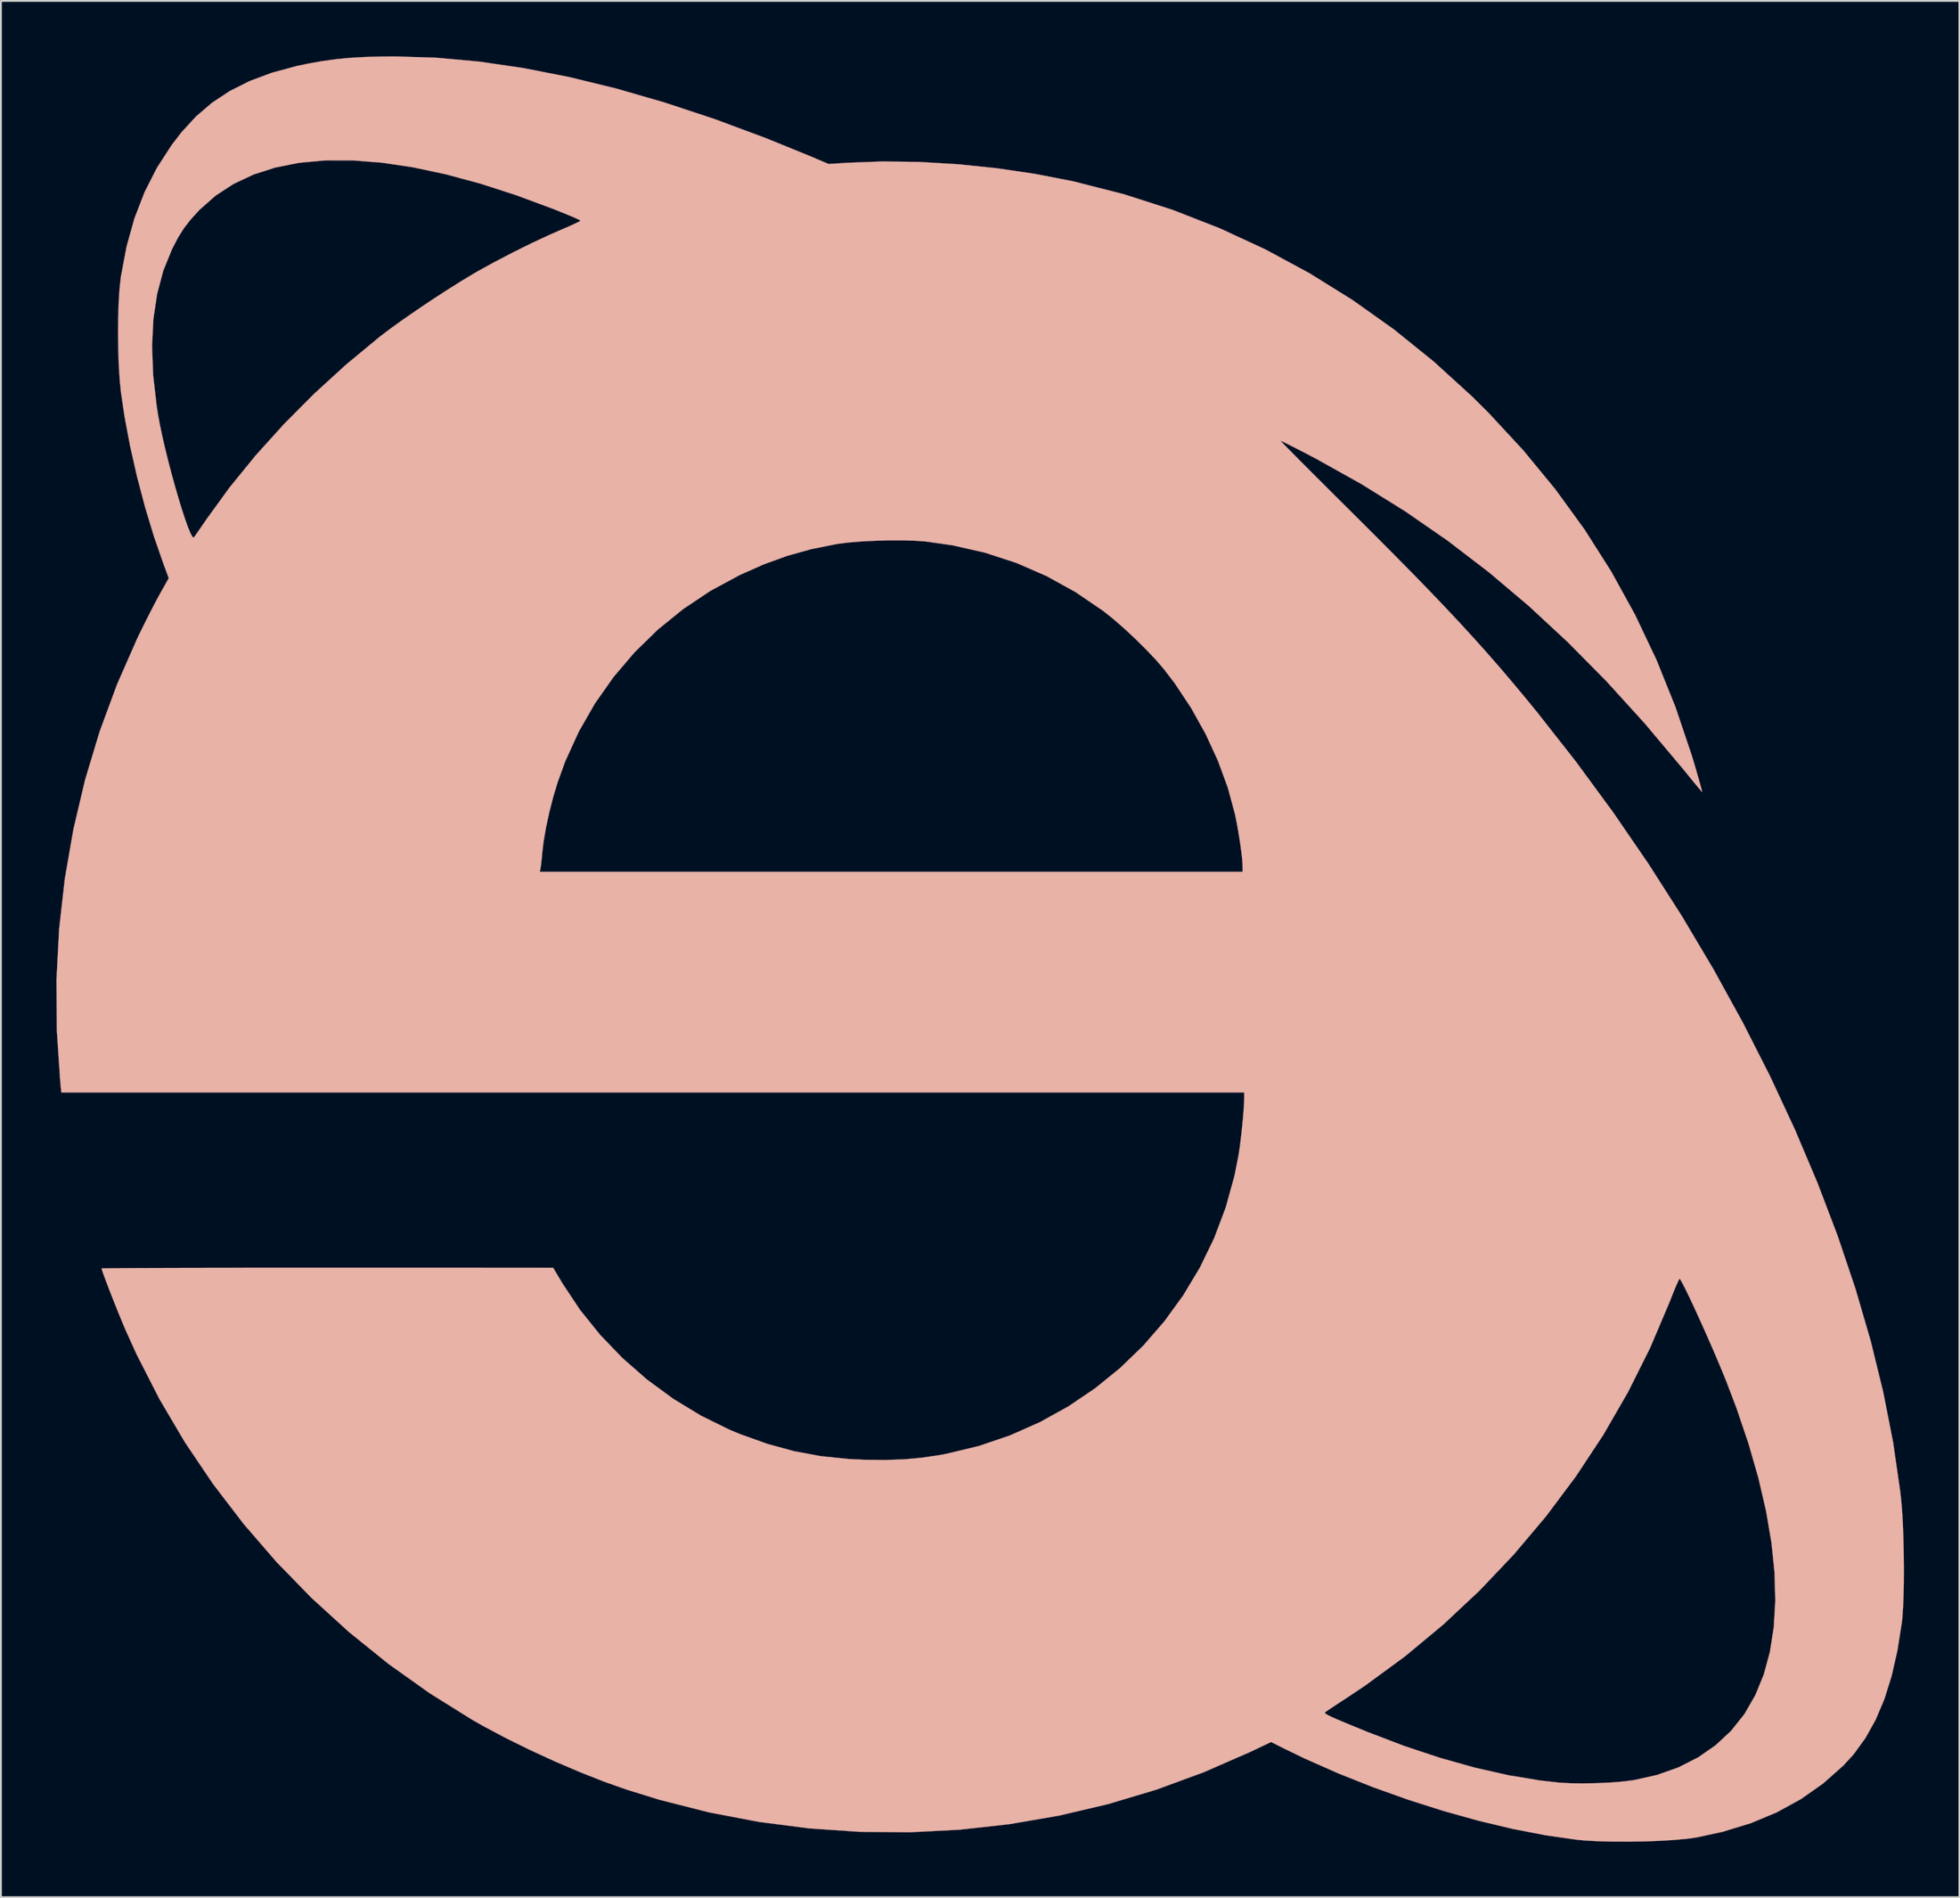
<source format=kicad_pcb>
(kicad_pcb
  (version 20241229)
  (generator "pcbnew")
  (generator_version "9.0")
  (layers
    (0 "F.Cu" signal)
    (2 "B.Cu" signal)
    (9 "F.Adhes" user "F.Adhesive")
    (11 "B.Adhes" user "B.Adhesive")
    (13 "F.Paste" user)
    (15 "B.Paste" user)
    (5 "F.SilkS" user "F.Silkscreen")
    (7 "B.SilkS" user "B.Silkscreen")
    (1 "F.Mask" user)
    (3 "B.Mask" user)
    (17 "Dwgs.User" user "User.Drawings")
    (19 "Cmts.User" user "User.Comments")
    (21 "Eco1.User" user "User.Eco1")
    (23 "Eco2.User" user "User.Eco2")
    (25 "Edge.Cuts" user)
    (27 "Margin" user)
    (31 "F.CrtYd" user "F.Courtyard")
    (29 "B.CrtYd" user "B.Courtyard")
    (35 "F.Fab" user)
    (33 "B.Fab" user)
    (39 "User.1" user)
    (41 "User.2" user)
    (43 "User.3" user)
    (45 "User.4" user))
  (footprint "ie_10x10_B"
    (layer "F.Cu")
    (at 49.944 48.265)
    (property "Reference" "ie_10x10_B" (at 0 0 0) (layer "B.SilkS") (effects (font (size 1.524 1.524) (thickness 0.3))))
    (attr through_hole)
    (fp_poly (pts (xy -29.367 -48.19) (xy -27.064 -47.98) (xy -24.675 -47.631) (xy -22.202 -47.145) (xy -19.651 -46.522) (xy -17.025 -45.762) (xy -14.327 -44.868) (xy -11.562 -43.84) (xy -9.271 -42.907) (xy -8.17 -42.442) (xy -7.154 -42.508) (xy -5.242 -42.579) (xy -3.232 -42.551) (xy -1.166 -42.428) (xy 0.918 -42.213) (xy 2.981 -41.909) (xy 4.984 -41.52) (xy 5.125 -41.489) (xy 7.81 -40.803) (xy 10.427 -39.963) (xy 12.975 -38.968) (xy 15.45 -37.823) (xy 17.848 -36.527) (xy 20.167 -35.083) (xy 22.403 -33.494) (xy 24.553 -31.759) (xy 26.614 -29.882) (xy 27.525 -28.978) (xy 29.405 -26.948) (xy 31.135 -24.845) (xy 32.718 -22.665) (xy 34.156 -20.401) (xy 35.453 -18.049) (xy 36.612 -15.604) (xy 37.636 -13.059) (xy 38.527 -10.411) (xy 38.722 -9.758) (xy 38.848 -9.321) (xy 38.954 -8.947) (xy 39.031 -8.663) (xy 39.072 -8.498) (xy 39.076 -8.467) (xy 39.019 -8.529) (xy 38.872 -8.704) (xy 38.651 -8.97) (xy 38.373 -9.308) (xy 38.055 -9.699) (xy 38.007 -9.758) (xy 35.968 -12.183) (xy 33.911 -14.447) (xy 31.826 -16.559) (xy 29.705 -18.527) (xy 27.536 -20.36) (xy 25.31 -22.065) (xy 23.017 -23.651) (xy 20.647 -25.126) (xy 18.189 -26.5) (xy 17.898 -26.652) (xy 17.425 -26.898) (xy 17.005 -27.114) (xy 16.66 -27.288) (xy 16.412 -27.409) (xy 16.285 -27.466) (xy 16.272 -27.469) (xy 16.326 -27.408) (xy 16.49 -27.237) (xy 16.755 -26.968) (xy 17.11 -26.609) (xy 17.545 -26.171) (xy 18.051 -25.664) (xy 18.618 -25.098) (xy 19.235 -24.482) (xy 19.893 -23.828) (xy 20.113 -23.61) (xy 21.329 -22.397) (xy 22.435 -21.286) (xy 23.443 -20.263) (xy 24.365 -19.313) (xy 25.214 -18.424) (xy 26.005 -17.58) (xy 26.748 -16.768) (xy 27.457 -15.975) (xy 28.146 -15.186) (xy 28.826 -14.387) (xy 29.511 -13.565) (xy 30.15 -12.785) (xy 32.258 -10.099) (xy 34.271 -7.357) (xy 36.182 -4.568) (xy 37.99 -1.739) (xy 39.688 1.119) (xy 41.274 3.999) (xy 42.743 6.89) (xy 44.091 9.785) (xy 45.314 12.674) (xy 46.408 15.549) (xy 47.368 18.4) (xy 48.191 21.219) (xy 48.872 23.996) (xy 49.408 26.724) (xy 49.794 29.392) (xy 49.84 29.803) (xy 49.891 30.384) (xy 49.932 31.075) (xy 49.961 31.844) (xy 49.98 32.657) (xy 49.988 33.482) (xy 49.985 34.285) (xy 49.97 35.035) (xy 49.943 35.697) (xy 49.905 36.239) (xy 49.882 36.449) (xy 49.641 37.978) (xy 49.327 39.361) (xy 48.936 40.607) (xy 48.465 41.722) (xy 47.911 42.716) (xy 47.271 43.598) (xy 46.713 44.207) (xy 45.617 45.178) (xy 44.419 46.02) (xy 43.116 46.735) (xy 41.704 47.325) (xy 40.179 47.79) (xy 38.775 48.093) (xy 38.235 48.169) (xy 37.562 48.23) (xy 36.792 48.277) (xy 35.963 48.308) (xy 35.11 48.322) (xy 34.269 48.32) (xy 33.476 48.3) (xy 32.769 48.262) (xy 32.3 48.219) (xy 30.616 47.978) (xy 28.833 47.632) (xy 26.979 47.19) (xy 25.082 46.66) (xy 23.169 46.052) (xy 21.268 45.373) (xy 19.405 44.632) (xy 17.61 43.838) (xy 16.436 43.27) (xy 15.762 42.931) (xy 14.633 43.467) (xy 12.116 44.568) (xy 9.548 45.51) (xy 6.936 46.292) (xy 4.289 46.914) (xy 1.612 47.375) (xy -1.085 47.675) (xy -3.796 47.813) (xy -6.513 47.789) (xy -9.229 47.603) (xy -11.936 47.254) (xy -14.627 46.741) (xy -17.294 46.064) (xy -19.098 45.507) (xy -20.314 45.076) (xy -21.62 44.562) (xy -22.969 43.985) (xy -24.316 43.366) (xy -25.618 42.725) (xy -26.827 42.083) (xy -27.432 41.74) (xy -28.049 41.355) (xy 18.671 41.355) (xy 18.714 41.402) (xy 18.826 41.471) (xy 19.02 41.567) (xy 19.312 41.697) (xy 19.717 41.869) (xy 20.247 42.088) (xy 20.92 42.363) (xy 20.99 42.392) (xy 22.964 43.146) (xy 24.9 43.789) (xy 26.783 44.318) (xy 28.596 44.728) (xy 30.326 45.015) (xy 31.327 45.128) (xy 31.933 45.163) (xy 32.642 45.172) (xy 33.398 45.158) (xy 34.147 45.122) (xy 34.835 45.065) (xy 35.391 44.993) (xy 36.645 44.712) (xy 37.804 44.3) (xy 38.861 43.763) (xy 39.809 43.105) (xy 40.641 42.329) (xy 41.351 41.439) (xy 41.376 41.402) (xy 41.958 40.392) (xy 42.414 39.273) (xy 42.746 38.046) (xy 42.953 36.717) (xy 43.035 35.289) (xy 42.994 33.765) (xy 42.828 32.149) (xy 42.538 30.445) (xy 42.124 28.657) (xy 41.587 26.788) (xy 40.927 24.841) (xy 40.394 23.441) (xy 40.178 22.909) (xy 39.934 22.325) (xy 39.67 21.708) (xy 39.395 21.079) (xy 39.118 20.455) (xy 38.847 19.856) (xy 38.592 19.301) (xy 38.36 18.811) (xy 38.161 18.403) (xy 38.004 18.097) (xy 37.898 17.913) (xy 37.855 17.866) (xy 37.809 17.941) (xy 37.714 18.148) (xy 37.581 18.461) (xy 37.423 18.854) (xy 37.304 19.157) (xy 36.263 21.608) (xy 35.069 23.998) (xy 33.728 26.32) (xy 32.247 28.563) (xy 30.634 30.719) (xy 28.896 32.78) (xy 27.039 34.736) (xy 25.072 36.579) (xy 23.002 38.299) (xy 20.834 39.888) (xy 19.897 40.514) (xy 19.505 40.77) (xy 19.161 40.996) (xy 18.893 41.175) (xy 18.724 41.29) (xy 18.681 41.321) (xy 18.671 41.355) (xy -28.049 41.355) (xy -29.759 40.287) (xy -31.989 38.699) (xy -34.115 36.983) (xy -36.132 35.146) (xy -38.033 33.195) (xy -39.814 31.135) (xy -41.468 28.974) (xy -42.989 26.718) (xy -44.372 24.373) (xy -45.61 21.947) (xy -46.212 20.616) (xy -46.375 20.231) (xy -46.558 19.787) (xy -46.75 19.309) (xy -46.941 18.827) (xy -47.119 18.368) (xy -47.275 17.959) (xy -47.397 17.627) (xy -47.475 17.401) (xy -47.498 17.31) (xy -47.415 17.306) (xy -47.172 17.302) (xy -46.778 17.298) (xy -46.244 17.294) (xy -45.578 17.29) (xy -44.79 17.287) (xy -43.889 17.284) (xy -42.885 17.281) (xy -41.787 17.279) (xy -40.604 17.277) (xy -39.347 17.276) (xy -38.024 17.275) (xy -36.645 17.275) (xy -35.285 17.275) (xy -23.072 17.277) (xy -22.568 18.123) (xy -21.62 19.552) (xy -20.531 20.904) (xy -19.317 22.166) (xy -17.993 23.324) (xy -16.575 24.365) (xy -15.079 25.275) (xy -13.521 26.042) (xy -12.954 26.277) (xy -11.477 26.805) (xy -10.039 27.198) (xy -8.59 27.467) (xy -7.079 27.623) (xy -6.214 27.663) (xy -5.101 27.674) (xy -4.097 27.639) (xy -3.144 27.552) (xy -2.187 27.411) (xy -1.804 27.34) (xy -0.051 26.918) (xy 1.637 26.345) (xy 3.254 25.628) (xy 4.791 24.776) (xy 6.241 23.796) (xy 7.596 22.697) (xy 8.849 21.485) (xy 9.991 20.169) (xy 11.015 18.757) (xy 11.914 17.257) (xy 12.68 15.676) (xy 13.304 14.022) (xy 13.78 12.304) (xy 14.003 11.176) (xy 14.07 10.728) (xy 14.136 10.196) (xy 14.198 9.63) (xy 14.25 9.076) (xy 14.288 8.581) (xy 14.307 8.192) (xy 14.308 8.107) (xy 14.309 7.789) (xy -49.677 7.789) (xy -49.733 7.218) (xy -49.919 4.456) (xy -49.939 1.699) (xy -49.795 -1.045) (xy -49.488 -3.769) (xy -49.422 -4.149) (xy -23.795 -4.149) (xy 14.224 -4.149) (xy 14.222 -4.466) (xy 14.205 -4.769) (xy 14.158 -5.194) (xy 14.088 -5.7) (xy 14.002 -6.245) (xy 13.906 -6.785) (xy 13.81 -7.26) (xy 13.423 -8.695) (xy 12.889 -10.151) (xy 12.225 -11.595) (xy 11.444 -12.998) (xy 10.563 -14.329) (xy 9.965 -15.113) (xy 9.535 -15.612) (xy 9.005 -16.172) (xy 8.416 -16.755) (xy 7.805 -17.323) (xy 7.213 -17.839) (xy 6.688 -18.257) (xy 5.189 -19.279) (xy 3.621 -20.146) (xy 1.985 -20.859) (xy 0.283 -21.415) (xy -1.483 -21.815) (xy -2.921 -22.02) (xy -3.485 -22.061) (xy -4.166 -22.08) (xy -4.917 -22.079) (xy -5.69 -22.058) (xy -6.439 -22.019) (xy -7.117 -21.963) (xy -7.675 -21.893) (xy -7.705 -21.888) (xy -9.089 -21.611) (xy -10.392 -21.249) (xy -11.674 -20.785) (xy -12.991 -20.2) (xy -12.996 -20.197) (xy -14.566 -19.349) (xy -16.038 -18.366) (xy -17.407 -17.257) (xy -18.663 -16.031) (xy -19.8 -14.697) (xy -20.81 -13.262) (xy -21.685 -11.736) (xy -22.418 -10.128) (xy -22.823 -9.015) (xy -23.065 -8.215) (xy -23.282 -7.371) (xy -23.462 -6.535) (xy -23.595 -5.757) (xy -23.664 -5.165) (xy -23.695 -4.827) (xy -23.727 -4.535) (xy -23.754 -4.348) (xy -23.755 -4.339) (xy -23.795 -4.149) (xy -49.422 -4.149) (xy -49.02 -6.463) (xy -48.392 -9.12) (xy -47.606 -11.732) (xy -46.662 -14.29) (xy -45.564 -16.787) (xy -45.513 -16.893) (xy -45.253 -17.424) (xy -44.978 -17.974) (xy -44.711 -18.496) (xy -44.475 -18.943) (xy -44.342 -19.186) (xy -43.864 -20.037) (xy -44.161 -20.835) (xy -44.671 -22.307) (xy -45.147 -23.882) (xy -45.577 -25.511) (xy -45.948 -27.144) (xy -46.249 -28.731) (xy -46.452 -30.099) (xy -46.519 -30.774) (xy -46.568 -31.554) (xy -46.597 -32.402) (xy -46.599 -32.59) (xy -44.77 -32.59) (xy -44.711 -31.02) (xy -44.52 -29.348) (xy -44.44 -28.846) (xy -44.338 -28.294) (xy -44.208 -27.682) (xy -44.057 -27.028) (xy -43.889 -26.35) (xy -43.71 -25.667) (xy -43.525 -24.998) (xy -43.34 -24.359) (xy -43.16 -23.771) (xy -42.99 -23.252) (xy -42.836 -22.819) (xy -42.703 -22.492) (xy -42.597 -22.288) (xy -42.522 -22.227) (xy -42.51 -22.235) (xy -42.439 -22.33) (xy -42.295 -22.536) (xy -42.096 -22.824) (xy -41.863 -23.164) (xy -41.84 -23.199) (xy -40.581 -24.935) (xy -39.174 -26.664) (xy -37.639 -28.364) (xy -35.998 -30.014) (xy -34.27 -31.593) (xy -32.476 -33.078) (xy -32.355 -33.172) (xy -31.81 -33.583) (xy -31.154 -34.053) (xy -30.422 -34.559) (xy -29.651 -35.077) (xy -28.876 -35.582) (xy -28.135 -36.05) (xy -27.462 -36.458) (xy -27.178 -36.624) (xy -26.248 -37.137) (xy -25.247 -37.659) (xy -24.231 -38.162) (xy -23.256 -38.616) (xy -22.586 -38.909) (xy -22.212 -39.07) (xy -21.902 -39.211) (xy -21.686 -39.317) (xy -21.593 -39.374) (xy -21.591 -39.378) (xy -21.666 -39.423) (xy -21.874 -39.519) (xy -22.19 -39.655) (xy -22.591 -39.82) (xy -23.05 -40.004) (xy -25.083 -40.758) (xy -27.031 -41.387) (xy -28.891 -41.889) (xy -30.662 -42.265) (xy -32.341 -42.515) (xy -33.927 -42.639) (xy -35.415 -42.637) (xy -36.805 -42.508) (xy -38.094 -42.254) (xy -39.279 -41.873) (xy -40.358 -41.366) (xy -41.33 -40.733) (xy -42.19 -39.974) (xy -42.254 -39.909) (xy -42.694 -39.422) (xy -43.047 -38.966) (xy -43.355 -38.477) (xy -43.661 -37.893) (xy -43.692 -37.83) (xy -44.159 -36.678) (xy -44.494 -35.42) (xy -44.698 -34.057) (xy -44.77 -32.59) (xy -46.599 -32.59) (xy -46.608 -33.278) (xy -46.6 -34.143) (xy -46.573 -34.961) (xy -46.527 -35.69) (xy -46.462 -36.294) (xy -46.454 -36.346) (xy -46.146 -37.982) (xy -45.721 -39.501) (xy -45.176 -40.914) (xy -44.506 -42.233) (xy -43.707 -43.469) (xy -43.174 -44.161) (xy -42.389 -45.016) (xy -41.519 -45.76) (xy -40.553 -46.397) (xy -39.478 -46.935) (xy -38.281 -47.381) (xy -36.951 -47.741) (xy -36.304 -47.877) (xy -35.548 -48.011) (xy -34.816 -48.112) (xy -34.067 -48.185) (xy -33.261 -48.231) (xy -32.357 -48.255) (xy -31.58 -48.26) (xy -29.367 -48.19)) (stroke (width 0.01) (type solid)) (fill yes) (layer "B.SilkS")))
  (gr_rect
    (start -3 -3)
    (end 102.937 99.592)
    (stroke (width 0.1) (type default))
    (fill no)
    (layer "Edge.Cuts")))
</source>
